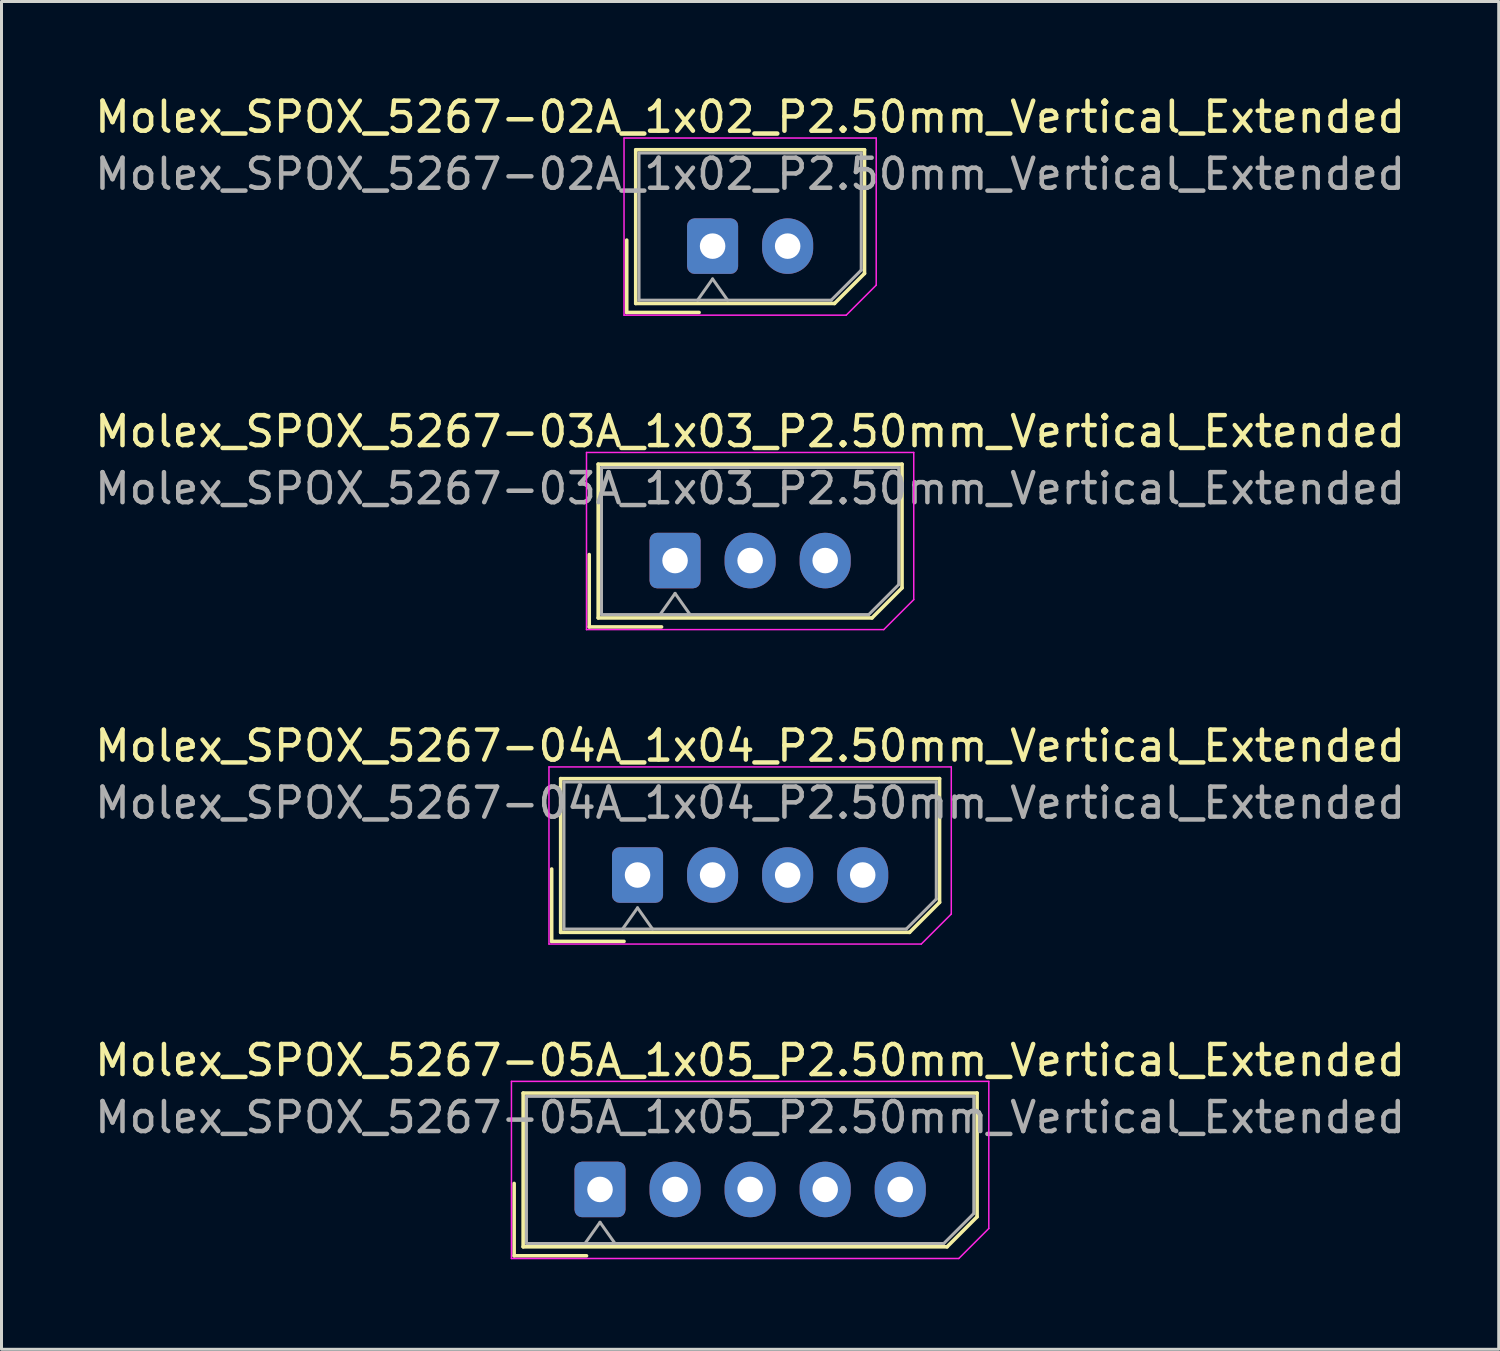
<source format=kicad_pcb>
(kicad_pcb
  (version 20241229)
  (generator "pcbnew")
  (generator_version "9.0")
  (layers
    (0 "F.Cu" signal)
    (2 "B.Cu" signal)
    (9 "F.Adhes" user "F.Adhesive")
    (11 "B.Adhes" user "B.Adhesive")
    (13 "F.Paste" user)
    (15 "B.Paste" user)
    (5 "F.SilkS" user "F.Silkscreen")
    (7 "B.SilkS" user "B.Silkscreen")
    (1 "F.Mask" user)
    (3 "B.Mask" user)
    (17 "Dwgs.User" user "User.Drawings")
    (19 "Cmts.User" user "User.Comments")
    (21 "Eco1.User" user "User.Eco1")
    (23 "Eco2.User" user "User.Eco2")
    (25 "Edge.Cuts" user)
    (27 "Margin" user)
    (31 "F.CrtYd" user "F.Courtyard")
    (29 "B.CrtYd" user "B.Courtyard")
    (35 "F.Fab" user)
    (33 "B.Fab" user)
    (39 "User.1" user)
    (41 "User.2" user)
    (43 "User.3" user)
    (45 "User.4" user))
  (footprint "Molex_SPOX_5267-02A_1x02_P2.50mm_Vertical_Extended"
    (layer "F.Cu")
    (at 20.685 5.148)
    (property "Reference" "Molex_SPOX_5267-02A_1x02_P2.50mm_Vertical_Extended" (at 1.25 -4.3 0) (layer "F.SilkS") (effects (font (size 1 1) (thickness 0.15))))
    (attr through_hole)
    (fp_line (start -2.86 -0.2) (end -2.86 2.21) (stroke (width 0.12) (type solid)) (layer "F.SilkS"))
    (fp_line (start -2.86 2.21) (end -0.45 2.21) (stroke (width 0.12) (type solid)) (layer "F.SilkS"))
    (fp_line (start -2.56 -3.21) (end -2.56 1.91) (stroke (width 0.12) (type solid)) (layer "F.SilkS"))
    (fp_line (start -2.56 1.91) (end 4.06 1.91) (stroke (width 0.12) (type solid)) (layer "F.SilkS"))
    (fp_line (start 4.06 1.91) (end 5.06 0.91) (stroke (width 0.12) (type solid)) (layer "F.SilkS"))
    (fp_line (start 5.06 -3.21) (end -2.56 -3.21) (stroke (width 0.12) (type solid)) (layer "F.SilkS"))
    (fp_line (start 5.06 0.91) (end 5.06 -3.21) (stroke (width 0.12) (type solid)) (layer "F.SilkS"))
    (fp_line (start -2.95 -3.6) (end -2.95 2.3) (stroke (width 0.05) (type solid)) (layer "F.CrtYd"))
    (fp_line (start -2.95 2.3) (end 4.45 2.3) (stroke (width 0.05) (type solid)) (layer "F.CrtYd"))
    (fp_line (start 4.45 2.3) (end 5.45 1.3) (stroke (width 0.05) (type solid)) (layer "F.CrtYd"))
    (fp_line (start 5.45 -3.6) (end -2.95 -3.6) (stroke (width 0.05) (type solid)) (layer "F.CrtYd"))
    (fp_line (start 5.45 1.3) (end 5.45 -3.6) (stroke (width 0.05) (type solid)) (layer "F.CrtYd"))
    (fp_line (start -2.45 -3.1) (end -2.45 1.8) (stroke (width 0.1) (type solid)) (layer "F.Fab"))
    (fp_line (start -2.45 1.8) (end 3.95 1.8) (stroke (width 0.1) (type solid)) (layer "F.Fab"))
    (fp_line (start -0.5 1.8) (end 0 1.093) (stroke (width 0.1) (type solid)) (layer "F.Fab"))
    (fp_line (start 0 1.093) (end 0.5 1.8) (stroke (width 0.1) (type solid)) (layer "F.Fab"))
    (fp_line (start 3.95 1.8) (end 4.95 0.8) (stroke (width 0.1) (type solid)) (layer "F.Fab"))
    (fp_line (start 4.95 -3.1) (end -2.45 -3.1) (stroke (width 0.1) (type solid)) (layer "F.Fab"))
    (fp_line (start 4.95 0.8) (end 4.95 -3.1) (stroke (width 0.1) (type solid)) (layer "F.Fab"))
    (fp_text user "${REFERENCE}" (at 1.25 -2.4 0) (layer "F.Fab") (effects (font (size 1 1) (thickness 0.15))))
    (pad "1" thru_hole roundrect (at 0 0) (size 1.7 1.85) (drill 0.85) (layers "*.Cu" "*.Mask") (roundrect_rratio 0.147))
    (pad "2" thru_hole oval (at 2.5 0) (size 1.7 1.85) (drill 0.85) (layers "*.Cu" "*.Mask")))
  (footprint "Molex_SPOX_5267-04A_1x04_P2.50mm_Vertical_Extended"
    (layer "F.Cu")
    (at 18.185 26.095)
    (property "Reference" "Molex_SPOX_5267-04A_1x04_P2.50mm_Vertical_Extended" (at 3.75 -4.3 0) (layer "F.SilkS") (effects (font (size 1 1) (thickness 0.15))))
    (attr through_hole)
    (fp_line (start -2.86 -0.2) (end -2.86 2.21) (stroke (width 0.12) (type solid)) (layer "F.SilkS"))
    (fp_line (start -2.86 2.21) (end -0.45 2.21) (stroke (width 0.12) (type solid)) (layer "F.SilkS"))
    (fp_line (start -2.56 -3.21) (end -2.56 1.91) (stroke (width 0.12) (type solid)) (layer "F.SilkS"))
    (fp_line (start -2.56 1.91) (end 9.06 1.91) (stroke (width 0.12) (type solid)) (layer "F.SilkS"))
    (fp_line (start 9.06 1.91) (end 10.06 0.91) (stroke (width 0.12) (type solid)) (layer "F.SilkS"))
    (fp_line (start 10.06 -3.21) (end -2.56 -3.21) (stroke (width 0.12) (type solid)) (layer "F.SilkS"))
    (fp_line (start 10.06 0.91) (end 10.06 -3.21) (stroke (width 0.12) (type solid)) (layer "F.SilkS"))
    (fp_line (start -2.95 -3.6) (end -2.95 2.3) (stroke (width 0.05) (type solid)) (layer "F.CrtYd"))
    (fp_line (start -2.95 2.3) (end 9.45 2.3) (stroke (width 0.05) (type solid)) (layer "F.CrtYd"))
    (fp_line (start 9.45 2.3) (end 10.45 1.3) (stroke (width 0.05) (type solid)) (layer "F.CrtYd"))
    (fp_line (start 10.45 -3.6) (end -2.95 -3.6) (stroke (width 0.05) (type solid)) (layer "F.CrtYd"))
    (fp_line (start 10.45 1.3) (end 10.45 -3.6) (stroke (width 0.05) (type solid)) (layer "F.CrtYd"))
    (fp_line (start -2.45 -3.1) (end -2.45 1.8) (stroke (width 0.1) (type solid)) (layer "F.Fab"))
    (fp_line (start -2.45 1.8) (end 8.95 1.8) (stroke (width 0.1) (type solid)) (layer "F.Fab"))
    (fp_line (start -0.5 1.8) (end 0 1.093) (stroke (width 0.1) (type solid)) (layer "F.Fab"))
    (fp_line (start 0 1.093) (end 0.5 1.8) (stroke (width 0.1) (type solid)) (layer "F.Fab"))
    (fp_line (start 8.95 1.8) (end 9.95 0.8) (stroke (width 0.1) (type solid)) (layer "F.Fab"))
    (fp_line (start 9.95 -3.1) (end -2.45 -3.1) (stroke (width 0.1) (type solid)) (layer "F.Fab"))
    (fp_line (start 9.95 0.8) (end 9.95 -3.1) (stroke (width 0.1) (type solid)) (layer "F.Fab"))
    (fp_text user "${REFERENCE}" (at 3.75 -2.4 0) (layer "F.Fab") (effects (font (size 1 1) (thickness 0.15))))
    (pad "1" thru_hole roundrect (at 0 0) (size 1.7 1.85) (drill 0.85) (layers "*.Cu" "*.Mask") (roundrect_rratio 0.147))
    (pad "2" thru_hole oval (at 2.5 0) (size 1.7 1.85) (drill 0.85) (layers "*.Cu" "*.Mask"))
    (pad "3" thru_hole oval (at 5 0) (size 1.7 1.85) (drill 0.85) (layers "*.Cu" "*.Mask"))
    (pad "4" thru_hole oval (at 7.5 0) (size 1.7 1.85) (drill 0.85) (layers "*.Cu" "*.Mask")))
  (footprint "Molex_SPOX_5267-05A_1x05_P2.50mm_Vertical_Extended"
    (layer "F.Cu")
    (at 16.935 36.568)
    (property "Reference" "Molex_SPOX_5267-05A_1x05_P2.50mm_Vertical_Extended" (at 5 -4.3 0) (layer "F.SilkS") (effects (font (size 1 1) (thickness 0.15))))
    (attr through_hole)
    (fp_line (start -2.86 -0.2) (end -2.86 2.21) (stroke (width 0.12) (type solid)) (layer "F.SilkS"))
    (fp_line (start -2.86 2.21) (end -0.45 2.21) (stroke (width 0.12) (type solid)) (layer "F.SilkS"))
    (fp_line (start -2.56 -3.21) (end -2.56 1.91) (stroke (width 0.12) (type solid)) (layer "F.SilkS"))
    (fp_line (start -2.56 1.91) (end 11.56 1.91) (stroke (width 0.12) (type solid)) (layer "F.SilkS"))
    (fp_line (start 11.56 1.91) (end 12.56 0.91) (stroke (width 0.12) (type solid)) (layer "F.SilkS"))
    (fp_line (start 12.56 -3.21) (end -2.56 -3.21) (stroke (width 0.12) (type solid)) (layer "F.SilkS"))
    (fp_line (start 12.56 0.91) (end 12.56 -3.21) (stroke (width 0.12) (type solid)) (layer "F.SilkS"))
    (fp_line (start -2.95 -3.6) (end -2.95 2.3) (stroke (width 0.05) (type solid)) (layer "F.CrtYd"))
    (fp_line (start -2.95 2.3) (end 11.95 2.3) (stroke (width 0.05) (type solid)) (layer "F.CrtYd"))
    (fp_line (start 11.95 2.3) (end 12.95 1.3) (stroke (width 0.05) (type solid)) (layer "F.CrtYd"))
    (fp_line (start 12.95 -3.6) (end -2.95 -3.6) (stroke (width 0.05) (type solid)) (layer "F.CrtYd"))
    (fp_line (start 12.95 1.3) (end 12.95 -3.6) (stroke (width 0.05) (type solid)) (layer "F.CrtYd"))
    (fp_line (start -2.45 -3.1) (end -2.45 1.8) (stroke (width 0.1) (type solid)) (layer "F.Fab"))
    (fp_line (start -2.45 1.8) (end 11.45 1.8) (stroke (width 0.1) (type solid)) (layer "F.Fab"))
    (fp_line (start -0.5 1.8) (end 0 1.093) (stroke (width 0.1) (type solid)) (layer "F.Fab"))
    (fp_line (start 0 1.093) (end 0.5 1.8) (stroke (width 0.1) (type solid)) (layer "F.Fab"))
    (fp_line (start 11.45 1.8) (end 12.45 0.8) (stroke (width 0.1) (type solid)) (layer "F.Fab"))
    (fp_line (start 12.45 -3.1) (end -2.45 -3.1) (stroke (width 0.1) (type solid)) (layer "F.Fab"))
    (fp_line (start 12.45 0.8) (end 12.45 -3.1) (stroke (width 0.1) (type solid)) (layer "F.Fab"))
    (fp_text user "${REFERENCE}" (at 5 -2.4 0) (layer "F.Fab") (effects (font (size 1 1) (thickness 0.15))))
    (pad "1" thru_hole roundrect (at 0 0) (size 1.7 1.85) (drill 0.85) (layers "*.Cu" "*.Mask") (roundrect_rratio 0.147))
    (pad "2" thru_hole oval (at 2.5 0) (size 1.7 1.85) (drill 0.85) (layers "*.Cu" "*.Mask"))
    (pad "3" thru_hole oval (at 5 0) (size 1.7 1.85) (drill 0.85) (layers "*.Cu" "*.Mask"))
    (pad "4" thru_hole oval (at 7.5 0) (size 1.7 1.85) (drill 0.85) (layers "*.Cu" "*.Mask"))
    (pad "5" thru_hole oval (at 10 0) (size 1.7 1.85) (drill 0.85) (layers "*.Cu" "*.Mask")))
  (footprint "Molex_SPOX_5267-03A_1x03_P2.50mm_Vertical_Extended"
    (layer "F.Cu")
    (at 19.435 15.621)
    (property "Reference" "Molex_SPOX_5267-03A_1x03_P2.50mm_Vertical_Extended" (at 2.5 -4.3 0) (layer "F.SilkS") (effects (font (size 1 1) (thickness 0.15))))
    (attr through_hole)
    (fp_line (start -2.86 -0.2) (end -2.86 2.21) (stroke (width 0.12) (type solid)) (layer "F.SilkS"))
    (fp_line (start -2.86 2.21) (end -0.45 2.21) (stroke (width 0.12) (type solid)) (layer "F.SilkS"))
    (fp_line (start -2.56 -3.21) (end -2.56 1.91) (stroke (width 0.12) (type solid)) (layer "F.SilkS"))
    (fp_line (start -2.56 1.91) (end 6.56 1.91) (stroke (width 0.12) (type solid)) (layer "F.SilkS"))
    (fp_line (start 6.56 1.91) (end 7.56 0.91) (stroke (width 0.12) (type solid)) (layer "F.SilkS"))
    (fp_line (start 7.56 -3.21) (end -2.56 -3.21) (stroke (width 0.12) (type solid)) (layer "F.SilkS"))
    (fp_line (start 7.56 0.91) (end 7.56 -3.21) (stroke (width 0.12) (type solid)) (layer "F.SilkS"))
    (fp_line (start -2.95 -3.6) (end -2.95 2.3) (stroke (width 0.05) (type solid)) (layer "F.CrtYd"))
    (fp_line (start -2.95 2.3) (end 6.95 2.3) (stroke (width 0.05) (type solid)) (layer "F.CrtYd"))
    (fp_line (start 6.95 2.3) (end 7.95 1.3) (stroke (width 0.05) (type solid)) (layer "F.CrtYd"))
    (fp_line (start 7.95 -3.6) (end -2.95 -3.6) (stroke (width 0.05) (type solid)) (layer "F.CrtYd"))
    (fp_line (start 7.95 1.3) (end 7.95 -3.6) (stroke (width 0.05) (type solid)) (layer "F.CrtYd"))
    (fp_line (start -2.45 -3.1) (end -2.45 1.8) (stroke (width 0.1) (type solid)) (layer "F.Fab"))
    (fp_line (start -2.45 1.8) (end 6.45 1.8) (stroke (width 0.1) (type solid)) (layer "F.Fab"))
    (fp_line (start -0.5 1.8) (end 0 1.093) (stroke (width 0.1) (type solid)) (layer "F.Fab"))
    (fp_line (start 0 1.093) (end 0.5 1.8) (stroke (width 0.1) (type solid)) (layer "F.Fab"))
    (fp_line (start 6.45 1.8) (end 7.45 0.8) (stroke (width 0.1) (type solid)) (layer "F.Fab"))
    (fp_line (start 7.45 -3.1) (end -2.45 -3.1) (stroke (width 0.1) (type solid)) (layer "F.Fab"))
    (fp_line (start 7.45 0.8) (end 7.45 -3.1) (stroke (width 0.1) (type solid)) (layer "F.Fab"))
    (fp_text user "${REFERENCE}" (at 2.5 -2.4 0) (layer "F.Fab") (effects (font (size 1 1) (thickness 0.15))))
    (pad "1" thru_hole roundrect (at 0 0) (size 1.7 1.85) (drill 0.85) (layers "*.Cu" "*.Mask") (roundrect_rratio 0.147))
    (pad "2" thru_hole oval (at 2.5 0) (size 1.7 1.85) (drill 0.85) (layers "*.Cu" "*.Mask"))
    (pad "3" thru_hole oval (at 5 0) (size 1.7 1.85) (drill 0.85) (layers "*.Cu" "*.Mask")))
  (gr_rect
    (start -3 -3)
    (end 46.869 41.893)
    (stroke (width 0.1) (type default))
    (fill no)
    (layer "Edge.Cuts")))
</source>
